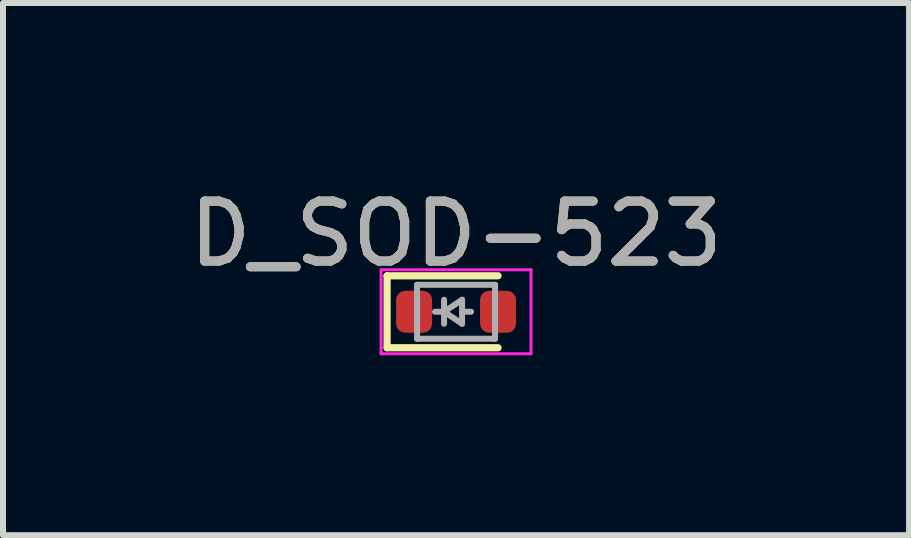
<source format=kicad_pcb>
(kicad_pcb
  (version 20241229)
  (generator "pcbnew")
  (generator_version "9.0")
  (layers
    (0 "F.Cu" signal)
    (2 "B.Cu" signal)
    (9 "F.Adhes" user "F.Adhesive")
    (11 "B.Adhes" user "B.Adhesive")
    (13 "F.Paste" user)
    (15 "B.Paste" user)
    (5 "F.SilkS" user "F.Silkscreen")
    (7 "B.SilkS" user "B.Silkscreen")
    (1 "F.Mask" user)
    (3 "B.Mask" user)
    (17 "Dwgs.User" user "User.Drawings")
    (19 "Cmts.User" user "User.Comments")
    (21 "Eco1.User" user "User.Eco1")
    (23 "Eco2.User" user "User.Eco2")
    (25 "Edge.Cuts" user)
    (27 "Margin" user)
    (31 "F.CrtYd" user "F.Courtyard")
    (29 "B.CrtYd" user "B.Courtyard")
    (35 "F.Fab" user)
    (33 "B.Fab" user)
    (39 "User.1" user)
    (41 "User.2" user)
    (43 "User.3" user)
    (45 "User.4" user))
  (footprint "D_SOD-523"
    (layer "F.Cu")
    (at 4.554 2.148)
    (property "Reference" "D_SOD-523" (at 0 -1.3 0) (layer "F.SilkS") (effects (font (size 1 1) (thickness 0.15))))
    (attr smd)
    (fp_line (start -1.15 -0.6) (end -1.15 0.6) (stroke (width 0.12) (type solid)) (layer "F.SilkS"))
    (fp_line (start 0.7 -0.6) (end -1.15 -0.6) (stroke (width 0.12) (type solid)) (layer "F.SilkS"))
    (fp_line (start 0.7 0.6) (end -1.15 0.6) (stroke (width 0.12) (type solid)) (layer "F.SilkS"))
    (fp_line (start -1.25 -0.7) (end 1.25 -0.7) (stroke (width 0.05) (type solid)) (layer "F.CrtYd"))
    (fp_line (start -1.25 0.7) (end -1.25 -0.7) (stroke (width 0.05) (type solid)) (layer "F.CrtYd"))
    (fp_line (start 1.25 -0.7) (end 1.25 0.7) (stroke (width 0.05) (type solid)) (layer "F.CrtYd"))
    (fp_line (start 1.25 0.7) (end -1.25 0.7) (stroke (width 0.05) (type solid)) (layer "F.CrtYd"))
    (fp_line (start -0.65 -0.45) (end 0.65 -0.45) (stroke (width 0.1) (type solid)) (layer "F.Fab"))
    (fp_line (start -0.65 0.45) (end -0.65 -0.45) (stroke (width 0.1) (type solid)) (layer "F.Fab"))
    (fp_line (start -0.2 0) (end -0.35 0) (stroke (width 0.1) (type solid)) (layer "F.Fab"))
    (fp_line (start -0.2 0) (end 0.1 0.2) (stroke (width 0.1) (type solid)) (layer "F.Fab"))
    (fp_line (start -0.2 0.2) (end -0.2 -0.2) (stroke (width 0.1) (type solid)) (layer "F.Fab"))
    (fp_line (start 0.1 -0.2) (end -0.2 0) (stroke (width 0.1) (type solid)) (layer "F.Fab"))
    (fp_line (start 0.1 0) (end 0.25 0) (stroke (width 0.1) (type solid)) (layer "F.Fab"))
    (fp_line (start 0.1 0.2) (end 0.1 -0.2) (stroke (width 0.1) (type solid)) (layer "F.Fab"))
    (fp_line (start 0.65 -0.45) (end 0.65 0.45) (stroke (width 0.1) (type solid)) (layer "F.Fab"))
    (fp_line (start 0.65 0.45) (end -0.65 0.45) (stroke (width 0.1) (type solid)) (layer "F.Fab"))
    (fp_text user "${REFERENCE}" (at 0 -1.3 0) (layer "F.Fab") (effects (font (size 1 1) (thickness 0.15))))
    (pad "1" smd roundrect (at -0.7 0 180) (size 0.6 0.7) (layers "F.Cu" "F.Mask" "F.Paste") (roundrect_rratio 0.25))
    (pad "2" smd roundrect (at 0.7 0 180) (size 0.6 0.7) (layers "F.Cu" "F.Mask" "F.Paste") (roundrect_rratio 0.25)))
  (gr_rect
    (start -3 -3)
    (end 12.107 5.873)
    (stroke (width 0.1) (type default))
    (fill no)
    (layer "Edge.Cuts")))
</source>
